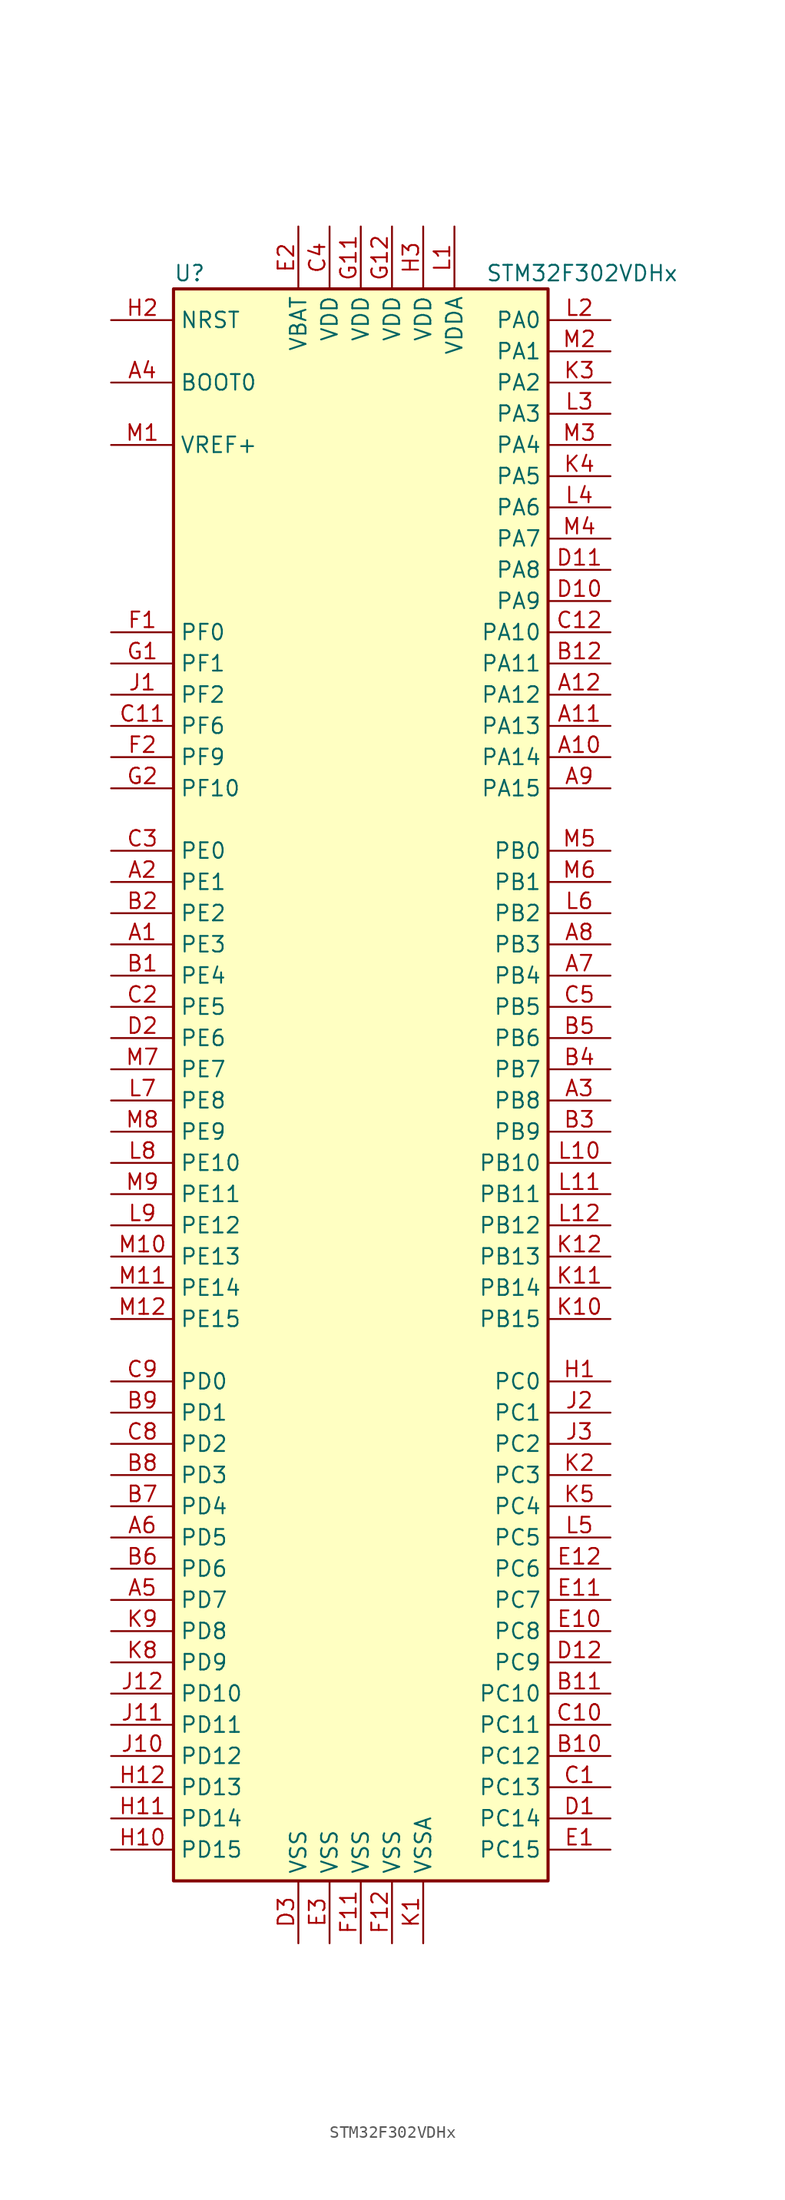
<source format=kicad_sym>
(kicad_symbol_lib
  (version 20211014)
  (generator kicad_symbol_editor)
  (symbol "STM32F302VDHx"
    (property "Reference" "U"
      (at -15.24 64.77 0)
      (effects (font (size 1.27 1.27)) (justify left)))
    (property "Value" "STM32F302VDHx"
      (at 10.16 64.77 0)
      (effects (font (size 1.27 1.27)) (justify left)))
    (symbol "STM32F302VDHx_0_1"
      (rectangle (start -15.24 -66.04) (end 15.24 63.5) (stroke (width 0.254) (type default) (color 0 0 0 0)) (fill (type background))))
    (symbol "STM32F302VDHx_1_1"
      (pin bidirectional line (at -20.32 10.16 0) (length 5.08) (name "PE3" (effects (font (size 1.27 1.27)))) (number "A1" (effects (font (size 1.27 1.27)))))
      (pin bidirectional line (at 20.32 25.4 180) (length 5.08) (name "PA14" (effects (font (size 1.27 1.27)))) (number "A10" (effects (font (size 1.27 1.27)))))
      (pin bidirectional line (at 20.32 27.94 180) (length 5.08) (name "PA13" (effects (font (size 1.27 1.27)))) (number "A11" (effects (font (size 1.27 1.27)))))
      (pin bidirectional line (at 20.32 30.48 180) (length 5.08) (name "PA12" (effects (font (size 1.27 1.27)))) (number "A12" (effects (font (size 1.27 1.27)))))
      (pin bidirectional line (at -20.32 15.24 0) (length 5.08) (name "PE1" (effects (font (size 1.27 1.27)))) (number "A2" (effects (font (size 1.27 1.27)))))
      (pin bidirectional line (at 20.32 -2.54 180) (length 5.08) (name "PB8" (effects (font (size 1.27 1.27)))) (number "A3" (effects (font (size 1.27 1.27)))))
      (pin input line (at -20.32 55.88 0) (length 5.08) (name "BOOT0" (effects (font (size 1.27 1.27)))) (number "A4" (effects (font (size 1.27 1.27)))))
      (pin bidirectional line (at -20.32 -43.18 0) (length 5.08) (name "PD7" (effects (font (size 1.27 1.27)))) (number "A5" (effects (font (size 1.27 1.27)))))
      (pin bidirectional line (at -20.32 -38.1 0) (length 5.08) (name "PD5" (effects (font (size 1.27 1.27)))) (number "A6" (effects (font (size 1.27 1.27)))))
      (pin bidirectional line (at 20.32 7.62 180) (length 5.08) (name "PB4" (effects (font (size 1.27 1.27)))) (number "A7" (effects (font (size 1.27 1.27)))))
      (pin bidirectional line (at 20.32 10.16 180) (length 5.08) (name "PB3" (effects (font (size 1.27 1.27)))) (number "A8" (effects (font (size 1.27 1.27)))))
      (pin bidirectional line (at 20.32 22.86 180) (length 5.08) (name "PA15" (effects (font (size 1.27 1.27)))) (number "A9" (effects (font (size 1.27 1.27)))))
      (pin bidirectional line (at -20.32 7.62 0) (length 5.08) (name "PE4" (effects (font (size 1.27 1.27)))) (number "B1" (effects (font (size 1.27 1.27)))))
      (pin bidirectional line (at 20.32 -55.88 180) (length 5.08) (name "PC12" (effects (font (size 1.27 1.27)))) (number "B10" (effects (font (size 1.27 1.27)))))
      (pin bidirectional line (at 20.32 -50.8 180) (length 5.08) (name "PC10" (effects (font (size 1.27 1.27)))) (number "B11" (effects (font (size 1.27 1.27)))))
      (pin bidirectional line (at 20.32 33.02 180) (length 5.08) (name "PA11" (effects (font (size 1.27 1.27)))) (number "B12" (effects (font (size 1.27 1.27)))))
      (pin bidirectional line (at -20.32 12.7 0) (length 5.08) (name "PE2" (effects (font (size 1.27 1.27)))) (number "B2" (effects (font (size 1.27 1.27)))))
      (pin bidirectional line (at 20.32 -5.08 180) (length 5.08) (name "PB9" (effects (font (size 1.27 1.27)))) (number "B3" (effects (font (size 1.27 1.27)))))
      (pin bidirectional line (at 20.32 0 180) (length 5.08) (name "PB7" (effects (font (size 1.27 1.27)))) (number "B4" (effects (font (size 1.27 1.27)))))
      (pin bidirectional line (at 20.32 2.54 180) (length 5.08) (name "PB6" (effects (font (size 1.27 1.27)))) (number "B5" (effects (font (size 1.27 1.27)))))
      (pin bidirectional line (at -20.32 -40.64 0) (length 5.08) (name "PD6" (effects (font (size 1.27 1.27)))) (number "B6" (effects (font (size 1.27 1.27)))))
      (pin bidirectional line (at -20.32 -35.56 0) (length 5.08) (name "PD4" (effects (font (size 1.27 1.27)))) (number "B7" (effects (font (size 1.27 1.27)))))
      (pin bidirectional line (at -20.32 -33.02 0) (length 5.08) (name "PD3" (effects (font (size 1.27 1.27)))) (number "B8" (effects (font (size 1.27 1.27)))))
      (pin bidirectional line (at -20.32 -27.94 0) (length 5.08) (name "PD1" (effects (font (size 1.27 1.27)))) (number "B9" (effects (font (size 1.27 1.27)))))
      (pin bidirectional line (at 20.32 -58.42 180) (length 5.08) (name "PC13" (effects (font (size 1.27 1.27)))) (number "C1" (effects (font (size 1.27 1.27)))))
      (pin bidirectional line (at 20.32 -53.34 180) (length 5.08) (name "PC11" (effects (font (size 1.27 1.27)))) (number "C10" (effects (font (size 1.27 1.27)))))
      (pin bidirectional line (at -20.32 27.94 0) (length 5.08) (name "PF6" (effects (font (size 1.27 1.27)))) (number "C11" (effects (font (size 1.27 1.27)))))
      (pin bidirectional line (at 20.32 35.56 180) (length 5.08) (name "PA10" (effects (font (size 1.27 1.27)))) (number "C12" (effects (font (size 1.27 1.27)))))
      (pin bidirectional line (at -20.32 5.08 0) (length 5.08) (name "PE5" (effects (font (size 1.27 1.27)))) (number "C2" (effects (font (size 1.27 1.27)))))
      (pin bidirectional line (at -20.32 17.78 0) (length 5.08) (name "PE0" (effects (font (size 1.27 1.27)))) (number "C3" (effects (font (size 1.27 1.27)))))
      (pin power_in line (at -2.54 68.58 270) (length 5.08) (name "VDD" (effects (font (size 1.27 1.27)))) (number "C4" (effects (font (size 1.27 1.27)))))
      (pin bidirectional line (at 20.32 5.08 180) (length 5.08) (name "PB5" (effects (font (size 1.27 1.27)))) (number "C5" (effects (font (size 1.27 1.27)))))
      (pin bidirectional line (at -20.32 -30.48 0) (length 5.08) (name "PD2" (effects (font (size 1.27 1.27)))) (number "C8" (effects (font (size 1.27 1.27)))))
      (pin bidirectional line (at -20.32 -25.4 0) (length 5.08) (name "PD0" (effects (font (size 1.27 1.27)))) (number "C9" (effects (font (size 1.27 1.27)))))
      (pin bidirectional line (at 20.32 -60.96 180) (length 5.08) (name "PC14" (effects (font (size 1.27 1.27)))) (number "D1" (effects (font (size 1.27 1.27)))))
      (pin bidirectional line (at 20.32 38.1 180) (length 5.08) (name "PA9" (effects (font (size 1.27 1.27)))) (number "D10" (effects (font (size 1.27 1.27)))))
      (pin bidirectional line (at 20.32 40.64 180) (length 5.08) (name "PA8" (effects (font (size 1.27 1.27)))) (number "D11" (effects (font (size 1.27 1.27)))))
      (pin bidirectional line (at 20.32 -48.26 180) (length 5.08) (name "PC9" (effects (font (size 1.27 1.27)))) (number "D12" (effects (font (size 1.27 1.27)))))
      (pin bidirectional line (at -20.32 2.54 0) (length 5.08) (name "PE6" (effects (font (size 1.27 1.27)))) (number "D2" (effects (font (size 1.27 1.27)))))
      (pin power_in line (at -5.08 -71.12 90) (length 5.08) (name "VSS" (effects (font (size 1.27 1.27)))) (number "D3" (effects (font (size 1.27 1.27)))))
      (pin bidirectional line (at 20.32 -63.5 180) (length 5.08) (name "PC15" (effects (font (size 1.27 1.27)))) (number "E1" (effects (font (size 1.27 1.27)))))
      (pin bidirectional line (at 20.32 -45.72 180) (length 5.08) (name "PC8" (effects (font (size 1.27 1.27)))) (number "E10" (effects (font (size 1.27 1.27)))))
      (pin bidirectional line (at 20.32 -43.18 180) (length 5.08) (name "PC7" (effects (font (size 1.27 1.27)))) (number "E11" (effects (font (size 1.27 1.27)))))
      (pin bidirectional line (at 20.32 -40.64 180) (length 5.08) (name "PC6" (effects (font (size 1.27 1.27)))) (number "E12" (effects (font (size 1.27 1.27)))))
      (pin power_in line (at -5.08 68.58 270) (length 5.08) (name "VBAT" (effects (font (size 1.27 1.27)))) (number "E2" (effects (font (size 1.27 1.27)))))
      (pin power_in line (at -2.54 -71.12 90) (length 5.08) (name "VSS" (effects (font (size 1.27 1.27)))) (number "E3" (effects (font (size 1.27 1.27)))))
      (pin input line (at -20.32 35.56 0) (length 5.08) (name "PF0" (effects (font (size 1.27 1.27)))) (number "F1" (effects (font (size 1.27 1.27)))))
      (pin power_in line (at 0 -71.12 90) (length 5.08) (name "VSS" (effects (font (size 1.27 1.27)))) (number "F11" (effects (font (size 1.27 1.27)))))
      (pin power_in line (at 2.54 -71.12 90) (length 5.08) (name "VSS" (effects (font (size 1.27 1.27)))) (number "F12" (effects (font (size 1.27 1.27)))))
      (pin bidirectional line (at -20.32 25.4 0) (length 5.08) (name "PF9" (effects (font (size 1.27 1.27)))) (number "F2" (effects (font (size 1.27 1.27)))))
      (pin input line (at -20.32 33.02 0) (length 5.08) (name "PF1" (effects (font (size 1.27 1.27)))) (number "G1" (effects (font (size 1.27 1.27)))))
      (pin power_in line (at 0 68.58 270) (length 5.08) (name "VDD" (effects (font (size 1.27 1.27)))) (number "G11" (effects (font (size 1.27 1.27)))))
      (pin power_in line (at 2.54 68.58 270) (length 5.08) (name "VDD" (effects (font (size 1.27 1.27)))) (number "G12" (effects (font (size 1.27 1.27)))))
      (pin bidirectional line (at -20.32 22.86 0) (length 5.08) (name "PF10" (effects (font (size 1.27 1.27)))) (number "G2" (effects (font (size 1.27 1.27)))))
      (pin bidirectional line (at 20.32 -25.4 180) (length 5.08) (name "PC0" (effects (font (size 1.27 1.27)))) (number "H1" (effects (font (size 1.27 1.27)))))
      (pin bidirectional line (at -20.32 -63.5 0) (length 5.08) (name "PD15" (effects (font (size 1.27 1.27)))) (number "H10" (effects (font (size 1.27 1.27)))))
      (pin bidirectional line (at -20.32 -60.96 0) (length 5.08) (name "PD14" (effects (font (size 1.27 1.27)))) (number "H11" (effects (font (size 1.27 1.27)))))
      (pin bidirectional line (at -20.32 -58.42 0) (length 5.08) (name "PD13" (effects (font (size 1.27 1.27)))) (number "H12" (effects (font (size 1.27 1.27)))))
      (pin input line (at -20.32 60.96 0) (length 5.08) (name "NRST" (effects (font (size 1.27 1.27)))) (number "H2" (effects (font (size 1.27 1.27)))))
      (pin power_in line (at 5.08 68.58 270) (length 5.08) (name "VDD" (effects (font (size 1.27 1.27)))) (number "H3" (effects (font (size 1.27 1.27)))))
      (pin bidirectional line (at -20.32 30.48 0) (length 5.08) (name "PF2" (effects (font (size 1.27 1.27)))) (number "J1" (effects (font (size 1.27 1.27)))))
      (pin bidirectional line (at -20.32 -55.88 0) (length 5.08) (name "PD12" (effects (font (size 1.27 1.27)))) (number "J10" (effects (font (size 1.27 1.27)))))
      (pin bidirectional line (at -20.32 -53.34 0) (length 5.08) (name "PD11" (effects (font (size 1.27 1.27)))) (number "J11" (effects (font (size 1.27 1.27)))))
      (pin bidirectional line (at -20.32 -50.8 0) (length 5.08) (name "PD10" (effects (font (size 1.27 1.27)))) (number "J12" (effects (font (size 1.27 1.27)))))
      (pin bidirectional line (at 20.32 -27.94 180) (length 5.08) (name "PC1" (effects (font (size 1.27 1.27)))) (number "J2" (effects (font (size 1.27 1.27)))))
      (pin bidirectional line (at 20.32 -30.48 180) (length 5.08) (name "PC2" (effects (font (size 1.27 1.27)))) (number "J3" (effects (font (size 1.27 1.27)))))
      (pin power_in line (at 5.08 -71.12 90) (length 5.08) (name "VSSA" (effects (font (size 1.27 1.27)))) (number "K1" (effects (font (size 1.27 1.27)))))
      (pin bidirectional line (at 20.32 -20.32 180) (length 5.08) (name "PB15" (effects (font (size 1.27 1.27)))) (number "K10" (effects (font (size 1.27 1.27)))))
      (pin bidirectional line (at 20.32 -17.78 180) (length 5.08) (name "PB14" (effects (font (size 1.27 1.27)))) (number "K11" (effects (font (size 1.27 1.27)))))
      (pin bidirectional line (at 20.32 -15.24 180) (length 5.08) (name "PB13" (effects (font (size 1.27 1.27)))) (number "K12" (effects (font (size 1.27 1.27)))))
      (pin bidirectional line (at 20.32 -33.02 180) (length 5.08) (name "PC3" (effects (font (size 1.27 1.27)))) (number "K2" (effects (font (size 1.27 1.27)))))
      (pin bidirectional line (at 20.32 55.88 180) (length 5.08) (name "PA2" (effects (font (size 1.27 1.27)))) (number "K3" (effects (font (size 1.27 1.27)))))
      (pin bidirectional line (at 20.32 48.26 180) (length 5.08) (name "PA5" (effects (font (size 1.27 1.27)))) (number "K4" (effects (font (size 1.27 1.27)))))
      (pin bidirectional line (at 20.32 -35.56 180) (length 5.08) (name "PC4" (effects (font (size 1.27 1.27)))) (number "K5" (effects (font (size 1.27 1.27)))))
      (pin bidirectional line (at -20.32 -48.26 0) (length 5.08) (name "PD9" (effects (font (size 1.27 1.27)))) (number "K8" (effects (font (size 1.27 1.27)))))
      (pin bidirectional line (at -20.32 -45.72 0) (length 5.08) (name "PD8" (effects (font (size 1.27 1.27)))) (number "K9" (effects (font (size 1.27 1.27)))))
      (pin power_in line (at 7.62 68.58 270) (length 5.08) (name "VDDA" (effects (font (size 1.27 1.27)))) (number "L1" (effects (font (size 1.27 1.27)))))
      (pin bidirectional line (at 20.32 -7.62 180) (length 5.08) (name "PB10" (effects (font (size 1.27 1.27)))) (number "L10" (effects (font (size 1.27 1.27)))))
      (pin bidirectional line (at 20.32 -10.16 180) (length 5.08) (name "PB11" (effects (font (size 1.27 1.27)))) (number "L11" (effects (font (size 1.27 1.27)))))
      (pin bidirectional line (at 20.32 -12.7 180) (length 5.08) (name "PB12" (effects (font (size 1.27 1.27)))) (number "L12" (effects (font (size 1.27 1.27)))))
      (pin bidirectional line (at 20.32 60.96 180) (length 5.08) (name "PA0" (effects (font (size 1.27 1.27)))) (number "L2" (effects (font (size 1.27 1.27)))))
      (pin bidirectional line (at 20.32 53.34 180) (length 5.08) (name "PA3" (effects (font (size 1.27 1.27)))) (number "L3" (effects (font (size 1.27 1.27)))))
      (pin bidirectional line (at 20.32 45.72 180) (length 5.08) (name "PA6" (effects (font (size 1.27 1.27)))) (number "L4" (effects (font (size 1.27 1.27)))))
      (pin bidirectional line (at 20.32 -38.1 180) (length 5.08) (name "PC5" (effects (font (size 1.27 1.27)))) (number "L5" (effects (font (size 1.27 1.27)))))
      (pin bidirectional line (at 20.32 12.7 180) (length 5.08) (name "PB2" (effects (font (size 1.27 1.27)))) (number "L6" (effects (font (size 1.27 1.27)))))
      (pin bidirectional line (at -20.32 -2.54 0) (length 5.08) (name "PE8" (effects (font (size 1.27 1.27)))) (number "L7" (effects (font (size 1.27 1.27)))))
      (pin bidirectional line (at -20.32 -7.62 0) (length 5.08) (name "PE10" (effects (font (size 1.27 1.27)))) (number "L8" (effects (font (size 1.27 1.27)))))
      (pin bidirectional line (at -20.32 -12.7 0) (length 5.08) (name "PE12" (effects (font (size 1.27 1.27)))) (number "L9" (effects (font (size 1.27 1.27)))))
      (pin power_in line (at -20.32 50.8 0) (length 5.08) (name "VREF+" (effects (font (size 1.27 1.27)))) (number "M1" (effects (font (size 1.27 1.27)))))
      (pin bidirectional line (at -20.32 -15.24 0) (length 5.08) (name "PE13" (effects (font (size 1.27 1.27)))) (number "M10" (effects (font (size 1.27 1.27)))))
      (pin bidirectional line (at -20.32 -17.78 0) (length 5.08) (name "PE14" (effects (font (size 1.27 1.27)))) (number "M11" (effects (font (size 1.27 1.27)))))
      (pin bidirectional line (at -20.32 -20.32 0) (length 5.08) (name "PE15" (effects (font (size 1.27 1.27)))) (number "M12" (effects (font (size 1.27 1.27)))))
      (pin bidirectional line (at 20.32 58.42 180) (length 5.08) (name "PA1" (effects (font (size 1.27 1.27)))) (number "M2" (effects (font (size 1.27 1.27)))))
      (pin bidirectional line (at 20.32 50.8 180) (length 5.08) (name "PA4" (effects (font (size 1.27 1.27)))) (number "M3" (effects (font (size 1.27 1.27)))))
      (pin bidirectional line (at 20.32 43.18 180) (length 5.08) (name "PA7" (effects (font (size 1.27 1.27)))) (number "M4" (effects (font (size 1.27 1.27)))))
      (pin bidirectional line (at 20.32 17.78 180) (length 5.08) (name "PB0" (effects (font (size 1.27 1.27)))) (number "M5" (effects (font (size 1.27 1.27)))))
      (pin bidirectional line (at 20.32 15.24 180) (length 5.08) (name "PB1" (effects (font (size 1.27 1.27)))) (number "M6" (effects (font (size 1.27 1.27)))))
      (pin bidirectional line (at -20.32 0 0) (length 5.08) (name "PE7" (effects (font (size 1.27 1.27)))) (number "M7" (effects (font (size 1.27 1.27)))))
      (pin bidirectional line (at -20.32 -5.08 0) (length 5.08) (name "PE9" (effects (font (size 1.27 1.27)))) (number "M8" (effects (font (size 1.27 1.27)))))
      (pin bidirectional line (at -20.32 -10.16 0) (length 5.08) (name "PE11" (effects (font (size 1.27 1.27)))) (number "M9" (effects (font (size 1.27 1.27))))))))
</source>
